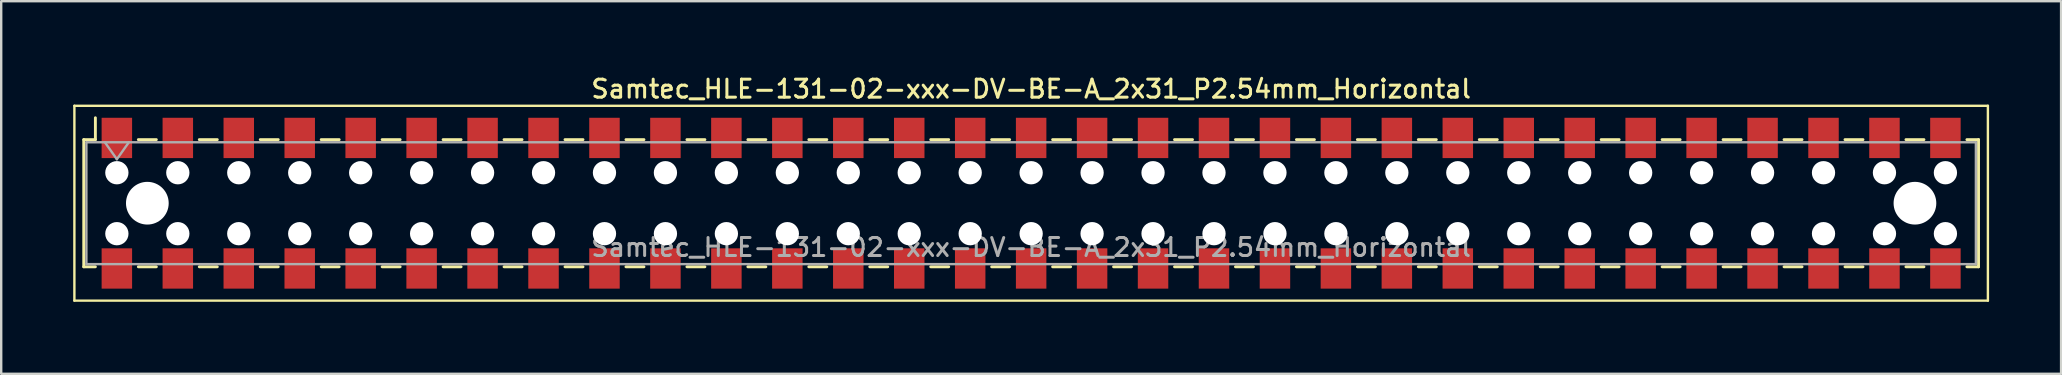
<source format=kicad_pcb>
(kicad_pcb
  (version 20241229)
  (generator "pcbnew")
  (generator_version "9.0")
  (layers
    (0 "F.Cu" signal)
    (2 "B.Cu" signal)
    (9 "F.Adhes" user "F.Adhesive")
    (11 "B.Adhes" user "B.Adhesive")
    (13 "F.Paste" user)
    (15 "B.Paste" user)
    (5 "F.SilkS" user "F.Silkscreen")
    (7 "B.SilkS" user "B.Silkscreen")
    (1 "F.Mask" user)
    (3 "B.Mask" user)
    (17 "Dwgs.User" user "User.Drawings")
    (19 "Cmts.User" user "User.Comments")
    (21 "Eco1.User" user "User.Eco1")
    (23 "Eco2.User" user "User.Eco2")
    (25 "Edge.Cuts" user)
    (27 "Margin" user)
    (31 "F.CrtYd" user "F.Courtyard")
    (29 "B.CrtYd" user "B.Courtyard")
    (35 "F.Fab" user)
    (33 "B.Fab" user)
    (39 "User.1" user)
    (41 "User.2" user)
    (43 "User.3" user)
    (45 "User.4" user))
  (footprint "Samtec_HLE-131-02-xxx-DV-BE-A_2x31_P2.54mm_Horizontal"
    (layer "F.Cu")
    (at 39.92 5.418)
    (property "Reference" "Samtec_HLE-131-02-xxx-DV-BE-A_2x31_P2.54mm_Horizontal" (at 0 -4.76 0) (layer "F.SilkS") (effects (font (size 0.75 0.75) (thickness 0.125))))
    (attr smd)
    (fp_line (start -39.87 -4.06) (end 39.87 -4.06) (stroke (width 0.1) (type solid)) (layer "F.SilkS"))
    (fp_line (start -39.87 4.06) (end -39.87 -4.06) (stroke (width 0.1) (type solid)) (layer "F.SilkS"))
    (fp_line (start -39.48 -2.65) (end -39.48 2.65) (stroke (width 0.12) (type solid)) (layer "F.SilkS"))
    (fp_line (start -39.48 2.65) (end -38.995 2.65) (stroke (width 0.12) (type solid)) (layer "F.SilkS"))
    (fp_line (start -38.995 -3.56) (end -38.995 -2.65) (stroke (width 0.12) (type solid)) (layer "F.SilkS"))
    (fp_line (start -38.995 -2.65) (end -39.48 -2.65) (stroke (width 0.12) (type solid)) (layer "F.SilkS"))
    (fp_line (start -37.205 -2.65) (end -36.455 -2.65) (stroke (width 0.12) (type solid)) (layer "F.SilkS"))
    (fp_line (start -37.205 2.65) (end -36.455 2.65) (stroke (width 0.12) (type solid)) (layer "F.SilkS"))
    (fp_line (start -34.665 -2.65) (end -33.915 -2.65) (stroke (width 0.12) (type solid)) (layer "F.SilkS"))
    (fp_line (start -34.665 2.65) (end -33.915 2.65) (stroke (width 0.12) (type solid)) (layer "F.SilkS"))
    (fp_line (start -32.125 -2.65) (end -31.375 -2.65) (stroke (width 0.12) (type solid)) (layer "F.SilkS"))
    (fp_line (start -32.125 2.65) (end -31.375 2.65) (stroke (width 0.12) (type solid)) (layer "F.SilkS"))
    (fp_line (start -29.585 -2.65) (end -28.835 -2.65) (stroke (width 0.12) (type solid)) (layer "F.SilkS"))
    (fp_line (start -29.585 2.65) (end -28.835 2.65) (stroke (width 0.12) (type solid)) (layer "F.SilkS"))
    (fp_line (start -27.045 -2.65) (end -26.295 -2.65) (stroke (width 0.12) (type solid)) (layer "F.SilkS"))
    (fp_line (start -27.045 2.65) (end -26.295 2.65) (stroke (width 0.12) (type solid)) (layer "F.SilkS"))
    (fp_line (start -24.505 -2.65) (end -23.755 -2.65) (stroke (width 0.12) (type solid)) (layer "F.SilkS"))
    (fp_line (start -24.505 2.65) (end -23.755 2.65) (stroke (width 0.12) (type solid)) (layer "F.SilkS"))
    (fp_line (start -21.965 -2.65) (end -21.215 -2.65) (stroke (width 0.12) (type solid)) (layer "F.SilkS"))
    (fp_line (start -21.965 2.65) (end -21.215 2.65) (stroke (width 0.12) (type solid)) (layer "F.SilkS"))
    (fp_line (start -19.425 -2.65) (end -18.675 -2.65) (stroke (width 0.12) (type solid)) (layer "F.SilkS"))
    (fp_line (start -19.425 2.65) (end -18.675 2.65) (stroke (width 0.12) (type solid)) (layer "F.SilkS"))
    (fp_line (start -16.885 -2.65) (end -16.135 -2.65) (stroke (width 0.12) (type solid)) (layer "F.SilkS"))
    (fp_line (start -16.885 2.65) (end -16.135 2.65) (stroke (width 0.12) (type solid)) (layer "F.SilkS"))
    (fp_line (start -14.345 -2.65) (end -13.595 -2.65) (stroke (width 0.12) (type solid)) (layer "F.SilkS"))
    (fp_line (start -14.345 2.65) (end -13.595 2.65) (stroke (width 0.12) (type solid)) (layer "F.SilkS"))
    (fp_line (start -11.805 -2.65) (end -11.055 -2.65) (stroke (width 0.12) (type solid)) (layer "F.SilkS"))
    (fp_line (start -11.805 2.65) (end -11.055 2.65) (stroke (width 0.12) (type solid)) (layer "F.SilkS"))
    (fp_line (start -9.265 -2.65) (end -8.515 -2.65) (stroke (width 0.12) (type solid)) (layer "F.SilkS"))
    (fp_line (start -9.265 2.65) (end -8.515 2.65) (stroke (width 0.12) (type solid)) (layer "F.SilkS"))
    (fp_line (start -6.725 -2.65) (end -5.975 -2.65) (stroke (width 0.12) (type solid)) (layer "F.SilkS"))
    (fp_line (start -6.725 2.65) (end -5.975 2.65) (stroke (width 0.12) (type solid)) (layer "F.SilkS"))
    (fp_line (start -4.185 -2.65) (end -3.435 -2.65) (stroke (width 0.12) (type solid)) (layer "F.SilkS"))
    (fp_line (start -4.185 2.65) (end -3.435 2.65) (stroke (width 0.12) (type solid)) (layer "F.SilkS"))
    (fp_line (start -1.645 -2.65) (end -0.895 -2.65) (stroke (width 0.12) (type solid)) (layer "F.SilkS"))
    (fp_line (start -1.645 2.65) (end -0.895 2.65) (stroke (width 0.12) (type solid)) (layer "F.SilkS"))
    (fp_line (start 0.895 -2.65) (end 1.645 -2.65) (stroke (width 0.12) (type solid)) (layer "F.SilkS"))
    (fp_line (start 0.895 2.65) (end 1.645 2.65) (stroke (width 0.12) (type solid)) (layer "F.SilkS"))
    (fp_line (start 3.435 -2.65) (end 4.185 -2.65) (stroke (width 0.12) (type solid)) (layer "F.SilkS"))
    (fp_line (start 3.435 2.65) (end 4.185 2.65) (stroke (width 0.12) (type solid)) (layer "F.SilkS"))
    (fp_line (start 5.975 -2.65) (end 6.725 -2.65) (stroke (width 0.12) (type solid)) (layer "F.SilkS"))
    (fp_line (start 5.975 2.65) (end 6.725 2.65) (stroke (width 0.12) (type solid)) (layer "F.SilkS"))
    (fp_line (start 8.515 -2.65) (end 9.265 -2.65) (stroke (width 0.12) (type solid)) (layer "F.SilkS"))
    (fp_line (start 8.515 2.65) (end 9.265 2.65) (stroke (width 0.12) (type solid)) (layer "F.SilkS"))
    (fp_line (start 11.055 -2.65) (end 11.805 -2.65) (stroke (width 0.12) (type solid)) (layer "F.SilkS"))
    (fp_line (start 11.055 2.65) (end 11.805 2.65) (stroke (width 0.12) (type solid)) (layer "F.SilkS"))
    (fp_line (start 13.595 -2.65) (end 14.345 -2.65) (stroke (width 0.12) (type solid)) (layer "F.SilkS"))
    (fp_line (start 13.595 2.65) (end 14.345 2.65) (stroke (width 0.12) (type solid)) (layer "F.SilkS"))
    (fp_line (start 16.135 -2.65) (end 16.885 -2.65) (stroke (width 0.12) (type solid)) (layer "F.SilkS"))
    (fp_line (start 16.135 2.65) (end 16.885 2.65) (stroke (width 0.12) (type solid)) (layer "F.SilkS"))
    (fp_line (start 18.675 -2.65) (end 19.425 -2.65) (stroke (width 0.12) (type solid)) (layer "F.SilkS"))
    (fp_line (start 18.675 2.65) (end 19.425 2.65) (stroke (width 0.12) (type solid)) (layer "F.SilkS"))
    (fp_line (start 21.215 -2.65) (end 21.965 -2.65) (stroke (width 0.12) (type solid)) (layer "F.SilkS"))
    (fp_line (start 21.215 2.65) (end 21.965 2.65) (stroke (width 0.12) (type solid)) (layer "F.SilkS"))
    (fp_line (start 23.755 -2.65) (end 24.505 -2.65) (stroke (width 0.12) (type solid)) (layer "F.SilkS"))
    (fp_line (start 23.755 2.65) (end 24.505 2.65) (stroke (width 0.12) (type solid)) (layer "F.SilkS"))
    (fp_line (start 26.295 -2.65) (end 27.045 -2.65) (stroke (width 0.12) (type solid)) (layer "F.SilkS"))
    (fp_line (start 26.295 2.65) (end 27.045 2.65) (stroke (width 0.12) (type solid)) (layer "F.SilkS"))
    (fp_line (start 28.835 -2.65) (end 29.585 -2.65) (stroke (width 0.12) (type solid)) (layer "F.SilkS"))
    (fp_line (start 28.835 2.65) (end 29.585 2.65) (stroke (width 0.12) (type solid)) (layer "F.SilkS"))
    (fp_line (start 31.375 -2.65) (end 32.125 -2.65) (stroke (width 0.12) (type solid)) (layer "F.SilkS"))
    (fp_line (start 31.375 2.65) (end 32.125 2.65) (stroke (width 0.12) (type solid)) (layer "F.SilkS"))
    (fp_line (start 33.915 -2.65) (end 34.665 -2.65) (stroke (width 0.12) (type solid)) (layer "F.SilkS"))
    (fp_line (start 33.915 2.65) (end 34.665 2.65) (stroke (width 0.12) (type solid)) (layer "F.SilkS"))
    (fp_line (start 36.455 -2.65) (end 37.205 -2.65) (stroke (width 0.12) (type solid)) (layer "F.SilkS"))
    (fp_line (start 36.455 2.65) (end 37.205 2.65) (stroke (width 0.12) (type solid)) (layer "F.SilkS"))
    (fp_line (start 38.995 -2.65) (end 39.48 -2.65) (stroke (width 0.12) (type solid)) (layer "F.SilkS"))
    (fp_line (start 39.48 -2.65) (end 39.48 2.65) (stroke (width 0.12) (type solid)) (layer "F.SilkS"))
    (fp_line (start 39.48 2.65) (end 38.995 2.65) (stroke (width 0.12) (type solid)) (layer "F.SilkS"))
    (fp_line (start 39.87 -4.06) (end 39.87 4.06) (stroke (width 0.1) (type solid)) (layer "F.SilkS"))
    (fp_line (start 39.87 4.06) (end -39.87 4.06) (stroke (width 0.1) (type solid)) (layer "F.SilkS"))
    (fp_line (start -39.37 -2.54) (end 39.37 -2.54) (stroke (width 0.1) (type solid)) (layer "F.Fab"))
    (fp_line (start -39.37 2.54) (end -39.37 -2.54) (stroke (width 0.1) (type solid)) (layer "F.Fab"))
    (fp_line (start -38.6 -2.54) (end -38.1 -1.833) (stroke (width 0.1) (type solid)) (layer "F.Fab"))
    (fp_line (start -38.1 -1.833) (end -37.6 -2.54) (stroke (width 0.1) (type solid)) (layer "F.Fab"))
    (fp_line (start 39.37 -2.54) (end 39.37 2.54) (stroke (width 0.1) (type solid)) (layer "F.Fab"))
    (fp_line (start 39.37 2.54) (end -39.37 2.54) (stroke (width 0.1) (type solid)) (layer "F.Fab"))
    (fp_text user "${REFERENCE}" (at 0 1.84 0) (layer "F.Fab") (effects (font (size 0.75 0.75) (thickness 0.125))))
    (pad "" np_thru_hole circle (at -38.1 -1.27) (size 0.97 0.97) (drill 0.97) (layers "*.Cu" "*.Mask"))
    (pad "" np_thru_hole circle (at -38.1 1.27) (size 0.97 0.97) (drill 0.97) (layers "*.Cu" "*.Mask"))
    (pad "" np_thru_hole circle (at -36.83 0) (size 1.78 1.78) (drill 1.78) (layers "*.Cu" "*.Mask"))
    (pad "" np_thru_hole circle (at -35.56 -1.27) (size 0.97 0.97) (drill 0.97) (layers "*.Cu" "*.Mask"))
    (pad "" np_thru_hole circle (at -35.56 1.27) (size 0.97 0.97) (drill 0.97) (layers "*.Cu" "*.Mask"))
    (pad "" np_thru_hole circle (at -33.02 -1.27) (size 0.97 0.97) (drill 0.97) (layers "*.Cu" "*.Mask"))
    (pad "" np_thru_hole circle (at -33.02 1.27) (size 0.97 0.97) (drill 0.97) (layers "*.Cu" "*.Mask"))
    (pad "" np_thru_hole circle (at -30.48 -1.27) (size 0.97 0.97) (drill 0.97) (layers "*.Cu" "*.Mask"))
    (pad "" np_thru_hole circle (at -30.48 1.27) (size 0.97 0.97) (drill 0.97) (layers "*.Cu" "*.Mask"))
    (pad "" np_thru_hole circle (at -27.94 -1.27) (size 0.97 0.97) (drill 0.97) (layers "*.Cu" "*.Mask"))
    (pad "" np_thru_hole circle (at -27.94 1.27) (size 0.97 0.97) (drill 0.97) (layers "*.Cu" "*.Mask"))
    (pad "" np_thru_hole circle (at -25.4 -1.27) (size 0.97 0.97) (drill 0.97) (layers "*.Cu" "*.Mask"))
    (pad "" np_thru_hole circle (at -25.4 1.27) (size 0.97 0.97) (drill 0.97) (layers "*.Cu" "*.Mask"))
    (pad "" np_thru_hole circle (at -22.86 -1.27) (size 0.97 0.97) (drill 0.97) (layers "*.Cu" "*.Mask"))
    (pad "" np_thru_hole circle (at -22.86 1.27) (size 0.97 0.97) (drill 0.97) (layers "*.Cu" "*.Mask"))
    (pad "" np_thru_hole circle (at -20.32 -1.27) (size 0.97 0.97) (drill 0.97) (layers "*.Cu" "*.Mask"))
    (pad "" np_thru_hole circle (at -20.32 1.27) (size 0.97 0.97) (drill 0.97) (layers "*.Cu" "*.Mask"))
    (pad "" np_thru_hole circle (at -17.78 -1.27) (size 0.97 0.97) (drill 0.97) (layers "*.Cu" "*.Mask"))
    (pad "" np_thru_hole circle (at -17.78 1.27) (size 0.97 0.97) (drill 0.97) (layers "*.Cu" "*.Mask"))
    (pad "" np_thru_hole circle (at -15.24 -1.27) (size 0.97 0.97) (drill 0.97) (layers "*.Cu" "*.Mask"))
    (pad "" np_thru_hole circle (at -15.24 1.27) (size 0.97 0.97) (drill 0.97) (layers "*.Cu" "*.Mask"))
    (pad "" np_thru_hole circle (at -12.7 -1.27) (size 0.97 0.97) (drill 0.97) (layers "*.Cu" "*.Mask"))
    (pad "" np_thru_hole circle (at -12.7 1.27) (size 0.97 0.97) (drill 0.97) (layers "*.Cu" "*.Mask"))
    (pad "" np_thru_hole circle (at -10.16 -1.27) (size 0.97 0.97) (drill 0.97) (layers "*.Cu" "*.Mask"))
    (pad "" np_thru_hole circle (at -10.16 1.27) (size 0.97 0.97) (drill 0.97) (layers "*.Cu" "*.Mask"))
    (pad "" np_thru_hole circle (at -7.62 -1.27) (size 0.97 0.97) (drill 0.97) (layers "*.Cu" "*.Mask"))
    (pad "" np_thru_hole circle (at -7.62 1.27) (size 0.97 0.97) (drill 0.97) (layers "*.Cu" "*.Mask"))
    (pad "" np_thru_hole circle (at -5.08 -1.27) (size 0.97 0.97) (drill 0.97) (layers "*.Cu" "*.Mask"))
    (pad "" np_thru_hole circle (at -5.08 1.27) (size 0.97 0.97) (drill 0.97) (layers "*.Cu" "*.Mask"))
    (pad "" np_thru_hole circle (at -2.54 -1.27) (size 0.97 0.97) (drill 0.97) (layers "*.Cu" "*.Mask"))
    (pad "" np_thru_hole circle (at -2.54 1.27) (size 0.97 0.97) (drill 0.97) (layers "*.Cu" "*.Mask"))
    (pad "" np_thru_hole circle (at 0 -1.27) (size 0.97 0.97) (drill 0.97) (layers "*.Cu" "*.Mask"))
    (pad "" np_thru_hole circle (at 0 1.27) (size 0.97 0.97) (drill 0.97) (layers "*.Cu" "*.Mask"))
    (pad "" np_thru_hole circle (at 2.54 -1.27) (size 0.97 0.97) (drill 0.97) (layers "*.Cu" "*.Mask"))
    (pad "" np_thru_hole circle (at 2.54 1.27) (size 0.97 0.97) (drill 0.97) (layers "*.Cu" "*.Mask"))
    (pad "" np_thru_hole circle (at 5.08 -1.27) (size 0.97 0.97) (drill 0.97) (layers "*.Cu" "*.Mask"))
    (pad "" np_thru_hole circle (at 5.08 1.27) (size 0.97 0.97) (drill 0.97) (layers "*.Cu" "*.Mask"))
    (pad "" np_thru_hole circle (at 7.62 -1.27) (size 0.97 0.97) (drill 0.97) (layers "*.Cu" "*.Mask"))
    (pad "" np_thru_hole circle (at 7.62 1.27) (size 0.97 0.97) (drill 0.97) (layers "*.Cu" "*.Mask"))
    (pad "" np_thru_hole circle (at 10.16 -1.27) (size 0.97 0.97) (drill 0.97) (layers "*.Cu" "*.Mask"))
    (pad "" np_thru_hole circle (at 10.16 1.27) (size 0.97 0.97) (drill 0.97) (layers "*.Cu" "*.Mask"))
    (pad "" np_thru_hole circle (at 12.7 -1.27) (size 0.97 0.97) (drill 0.97) (layers "*.Cu" "*.Mask"))
    (pad "" np_thru_hole circle (at 12.7 1.27) (size 0.97 0.97) (drill 0.97) (layers "*.Cu" "*.Mask"))
    (pad "" np_thru_hole circle (at 15.24 -1.27) (size 0.97 0.97) (drill 0.97) (layers "*.Cu" "*.Mask"))
    (pad "" np_thru_hole circle (at 15.24 1.27) (size 0.97 0.97) (drill 0.97) (layers "*.Cu" "*.Mask"))
    (pad "" np_thru_hole circle (at 17.78 -1.27) (size 0.97 0.97) (drill 0.97) (layers "*.Cu" "*.Mask"))
    (pad "" np_thru_hole circle (at 17.78 1.27) (size 0.97 0.97) (drill 0.97) (layers "*.Cu" "*.Mask"))
    (pad "" np_thru_hole circle (at 20.32 -1.27) (size 0.97 0.97) (drill 0.97) (layers "*.Cu" "*.Mask"))
    (pad "" np_thru_hole circle (at 20.32 1.27) (size 0.97 0.97) (drill 0.97) (layers "*.Cu" "*.Mask"))
    (pad "" np_thru_hole circle (at 22.86 -1.27) (size 0.97 0.97) (drill 0.97) (layers "*.Cu" "*.Mask"))
    (pad "" np_thru_hole circle (at 22.86 1.27) (size 0.97 0.97) (drill 0.97) (layers "*.Cu" "*.Mask"))
    (pad "" np_thru_hole circle (at 25.4 -1.27) (size 0.97 0.97) (drill 0.97) (layers "*.Cu" "*.Mask"))
    (pad "" np_thru_hole circle (at 25.4 1.27) (size 0.97 0.97) (drill 0.97) (layers "*.Cu" "*.Mask"))
    (pad "" np_thru_hole circle (at 27.94 -1.27) (size 0.97 0.97) (drill 0.97) (layers "*.Cu" "*.Mask"))
    (pad "" np_thru_hole circle (at 27.94 1.27) (size 0.97 0.97) (drill 0.97) (layers "*.Cu" "*.Mask"))
    (pad "" np_thru_hole circle (at 30.48 -1.27) (size 0.97 0.97) (drill 0.97) (layers "*.Cu" "*.Mask"))
    (pad "" np_thru_hole circle (at 30.48 1.27) (size 0.97 0.97) (drill 0.97) (layers "*.Cu" "*.Mask"))
    (pad "" np_thru_hole circle (at 33.02 -1.27) (size 0.97 0.97) (drill 0.97) (layers "*.Cu" "*.Mask"))
    (pad "" np_thru_hole circle (at 33.02 1.27) (size 0.97 0.97) (drill 0.97) (layers "*.Cu" "*.Mask"))
    (pad "" np_thru_hole circle (at 35.56 -1.27) (size 0.97 0.97) (drill 0.97) (layers "*.Cu" "*.Mask"))
    (pad "" np_thru_hole circle (at 35.56 1.27) (size 0.97 0.97) (drill 0.97) (layers "*.Cu" "*.Mask"))
    (pad "" np_thru_hole circle (at 36.83 0) (size 1.78 1.78) (drill 1.78) (layers "*.Cu" "*.Mask"))
    (pad "" np_thru_hole circle (at 38.1 -1.27) (size 0.97 0.97) (drill 0.97) (layers "*.Cu" "*.Mask"))
    (pad "" np_thru_hole circle (at 38.1 1.27) (size 0.97 0.97) (drill 0.97) (layers "*.Cu" "*.Mask"))
    (pad "1" smd rect (at -38.1 -2.72) (size 1.27 1.68) (layers "F.Cu" "F.Mask" "F.Paste"))
    (pad "2" smd rect (at -38.1 2.72) (size 1.27 1.68) (layers "F.Cu" "F.Mask" "F.Paste"))
    (pad "3" smd rect (at -35.56 -2.72) (size 1.27 1.68) (layers "F.Cu" "F.Mask" "F.Paste"))
    (pad "4" smd rect (at -35.56 2.72) (size 1.27 1.68) (layers "F.Cu" "F.Mask" "F.Paste"))
    (pad "5" smd rect (at -33.02 -2.72) (size 1.27 1.68) (layers "F.Cu" "F.Mask" "F.Paste"))
    (pad "6" smd rect (at -33.02 2.72) (size 1.27 1.68) (layers "F.Cu" "F.Mask" "F.Paste"))
    (pad "7" smd rect (at -30.48 -2.72) (size 1.27 1.68) (layers "F.Cu" "F.Mask" "F.Paste"))
    (pad "8" smd rect (at -30.48 2.72) (size 1.27 1.68) (layers "F.Cu" "F.Mask" "F.Paste"))
    (pad "9" smd rect (at -27.94 -2.72) (size 1.27 1.68) (layers "F.Cu" "F.Mask" "F.Paste"))
    (pad "10" smd rect (at -27.94 2.72) (size 1.27 1.68) (layers "F.Cu" "F.Mask" "F.Paste"))
    (pad "11" smd rect (at -25.4 -2.72) (size 1.27 1.68) (layers "F.Cu" "F.Mask" "F.Paste"))
    (pad "12" smd rect (at -25.4 2.72) (size 1.27 1.68) (layers "F.Cu" "F.Mask" "F.Paste"))
    (pad "13" smd rect (at -22.86 -2.72) (size 1.27 1.68) (layers "F.Cu" "F.Mask" "F.Paste"))
    (pad "14" smd rect (at -22.86 2.72) (size 1.27 1.68) (layers "F.Cu" "F.Mask" "F.Paste"))
    (pad "15" smd rect (at -20.32 -2.72) (size 1.27 1.68) (layers "F.Cu" "F.Mask" "F.Paste"))
    (pad "16" smd rect (at -20.32 2.72) (size 1.27 1.68) (layers "F.Cu" "F.Mask" "F.Paste"))
    (pad "17" smd rect (at -17.78 -2.72) (size 1.27 1.68) (layers "F.Cu" "F.Mask" "F.Paste"))
    (pad "18" smd rect (at -17.78 2.72) (size 1.27 1.68) (layers "F.Cu" "F.Mask" "F.Paste"))
    (pad "19" smd rect (at -15.24 -2.72) (size 1.27 1.68) (layers "F.Cu" "F.Mask" "F.Paste"))
    (pad "20" smd rect (at -15.24 2.72) (size 1.27 1.68) (layers "F.Cu" "F.Mask" "F.Paste"))
    (pad "21" smd rect (at -12.7 -2.72) (size 1.27 1.68) (layers "F.Cu" "F.Mask" "F.Paste"))
    (pad "22" smd rect (at -12.7 2.72) (size 1.27 1.68) (layers "F.Cu" "F.Mask" "F.Paste"))
    (pad "23" smd rect (at -10.16 -2.72) (size 1.27 1.68) (layers "F.Cu" "F.Mask" "F.Paste"))
    (pad "24" smd rect (at -10.16 2.72) (size 1.27 1.68) (layers "F.Cu" "F.Mask" "F.Paste"))
    (pad "25" smd rect (at -7.62 -2.72) (size 1.27 1.68) (layers "F.Cu" "F.Mask" "F.Paste"))
    (pad "26" smd rect (at -7.62 2.72) (size 1.27 1.68) (layers "F.Cu" "F.Mask" "F.Paste"))
    (pad "27" smd rect (at -5.08 -2.72) (size 1.27 1.68) (layers "F.Cu" "F.Mask" "F.Paste"))
    (pad "28" smd rect (at -5.08 2.72) (size 1.27 1.68) (layers "F.Cu" "F.Mask" "F.Paste"))
    (pad "29" smd rect (at -2.54 -2.72) (size 1.27 1.68) (layers "F.Cu" "F.Mask" "F.Paste"))
    (pad "30" smd rect (at -2.54 2.72) (size 1.27 1.68) (layers "F.Cu" "F.Mask" "F.Paste"))
    (pad "31" smd rect (at 0 -2.72) (size 1.27 1.68) (layers "F.Cu" "F.Mask" "F.Paste"))
    (pad "32" smd rect (at 0 2.72) (size 1.27 1.68) (layers "F.Cu" "F.Mask" "F.Paste"))
    (pad "33" smd rect (at 2.54 -2.72) (size 1.27 1.68) (layers "F.Cu" "F.Mask" "F.Paste"))
    (pad "34" smd rect (at 2.54 2.72) (size 1.27 1.68) (layers "F.Cu" "F.Mask" "F.Paste"))
    (pad "35" smd rect (at 5.08 -2.72) (size 1.27 1.68) (layers "F.Cu" "F.Mask" "F.Paste"))
    (pad "36" smd rect (at 5.08 2.72) (size 1.27 1.68) (layers "F.Cu" "F.Mask" "F.Paste"))
    (pad "37" smd rect (at 7.62 -2.72) (size 1.27 1.68) (layers "F.Cu" "F.Mask" "F.Paste"))
    (pad "38" smd rect (at 7.62 2.72) (size 1.27 1.68) (layers "F.Cu" "F.Mask" "F.Paste"))
    (pad "39" smd rect (at 10.16 -2.72) (size 1.27 1.68) (layers "F.Cu" "F.Mask" "F.Paste"))
    (pad "40" smd rect (at 10.16 2.72) (size 1.27 1.68) (layers "F.Cu" "F.Mask" "F.Paste"))
    (pad "41" smd rect (at 12.7 -2.72) (size 1.27 1.68) (layers "F.Cu" "F.Mask" "F.Paste"))
    (pad "42" smd rect (at 12.7 2.72) (size 1.27 1.68) (layers "F.Cu" "F.Mask" "F.Paste"))
    (pad "43" smd rect (at 15.24 -2.72) (size 1.27 1.68) (layers "F.Cu" "F.Mask" "F.Paste"))
    (pad "44" smd rect (at 15.24 2.72) (size 1.27 1.68) (layers "F.Cu" "F.Mask" "F.Paste"))
    (pad "45" smd rect (at 17.78 -2.72) (size 1.27 1.68) (layers "F.Cu" "F.Mask" "F.Paste"))
    (pad "46" smd rect (at 17.78 2.72) (size 1.27 1.68) (layers "F.Cu" "F.Mask" "F.Paste"))
    (pad "47" smd rect (at 20.32 -2.72) (size 1.27 1.68) (layers "F.Cu" "F.Mask" "F.Paste"))
    (pad "48" smd rect (at 20.32 2.72) (size 1.27 1.68) (layers "F.Cu" "F.Mask" "F.Paste"))
    (pad "49" smd rect (at 22.86 -2.72) (size 1.27 1.68) (layers "F.Cu" "F.Mask" "F.Paste"))
    (pad "50" smd rect (at 22.86 2.72) (size 1.27 1.68) (layers "F.Cu" "F.Mask" "F.Paste"))
    (pad "51" smd rect (at 25.4 -2.72) (size 1.27 1.68) (layers "F.Cu" "F.Mask" "F.Paste"))
    (pad "52" smd rect (at 25.4 2.72) (size 1.27 1.68) (layers "F.Cu" "F.Mask" "F.Paste"))
    (pad "53" smd rect (at 27.94 -2.72) (size 1.27 1.68) (layers "F.Cu" "F.Mask" "F.Paste"))
    (pad "54" smd rect (at 27.94 2.72) (size 1.27 1.68) (layers "F.Cu" "F.Mask" "F.Paste"))
    (pad "55" smd rect (at 30.48 -2.72) (size 1.27 1.68) (layers "F.Cu" "F.Mask" "F.Paste"))
    (pad "56" smd rect (at 30.48 2.72) (size 1.27 1.68) (layers "F.Cu" "F.Mask" "F.Paste"))
    (pad "57" smd rect (at 33.02 -2.72) (size 1.27 1.68) (layers "F.Cu" "F.Mask" "F.Paste"))
    (pad "58" smd rect (at 33.02 2.72) (size 1.27 1.68) (layers "F.Cu" "F.Mask" "F.Paste"))
    (pad "59" smd rect (at 35.56 -2.72) (size 1.27 1.68) (layers "F.Cu" "F.Mask" "F.Paste"))
    (pad "60" smd rect (at 35.56 2.72) (size 1.27 1.68) (layers "F.Cu" "F.Mask" "F.Paste"))
    (pad "61" smd rect (at 38.1 -2.72) (size 1.27 1.68) (layers "F.Cu" "F.Mask" "F.Paste"))
    (pad "62" smd rect (at 38.1 2.72) (size 1.27 1.68) (layers "F.Cu" "F.Mask" "F.Paste")))
  (gr_rect
    (start -3 -3)
    (end 82.84 12.528)
    (stroke (width 0.1) (type default))
    (fill no)
    (layer "Edge.Cuts")))
</source>
